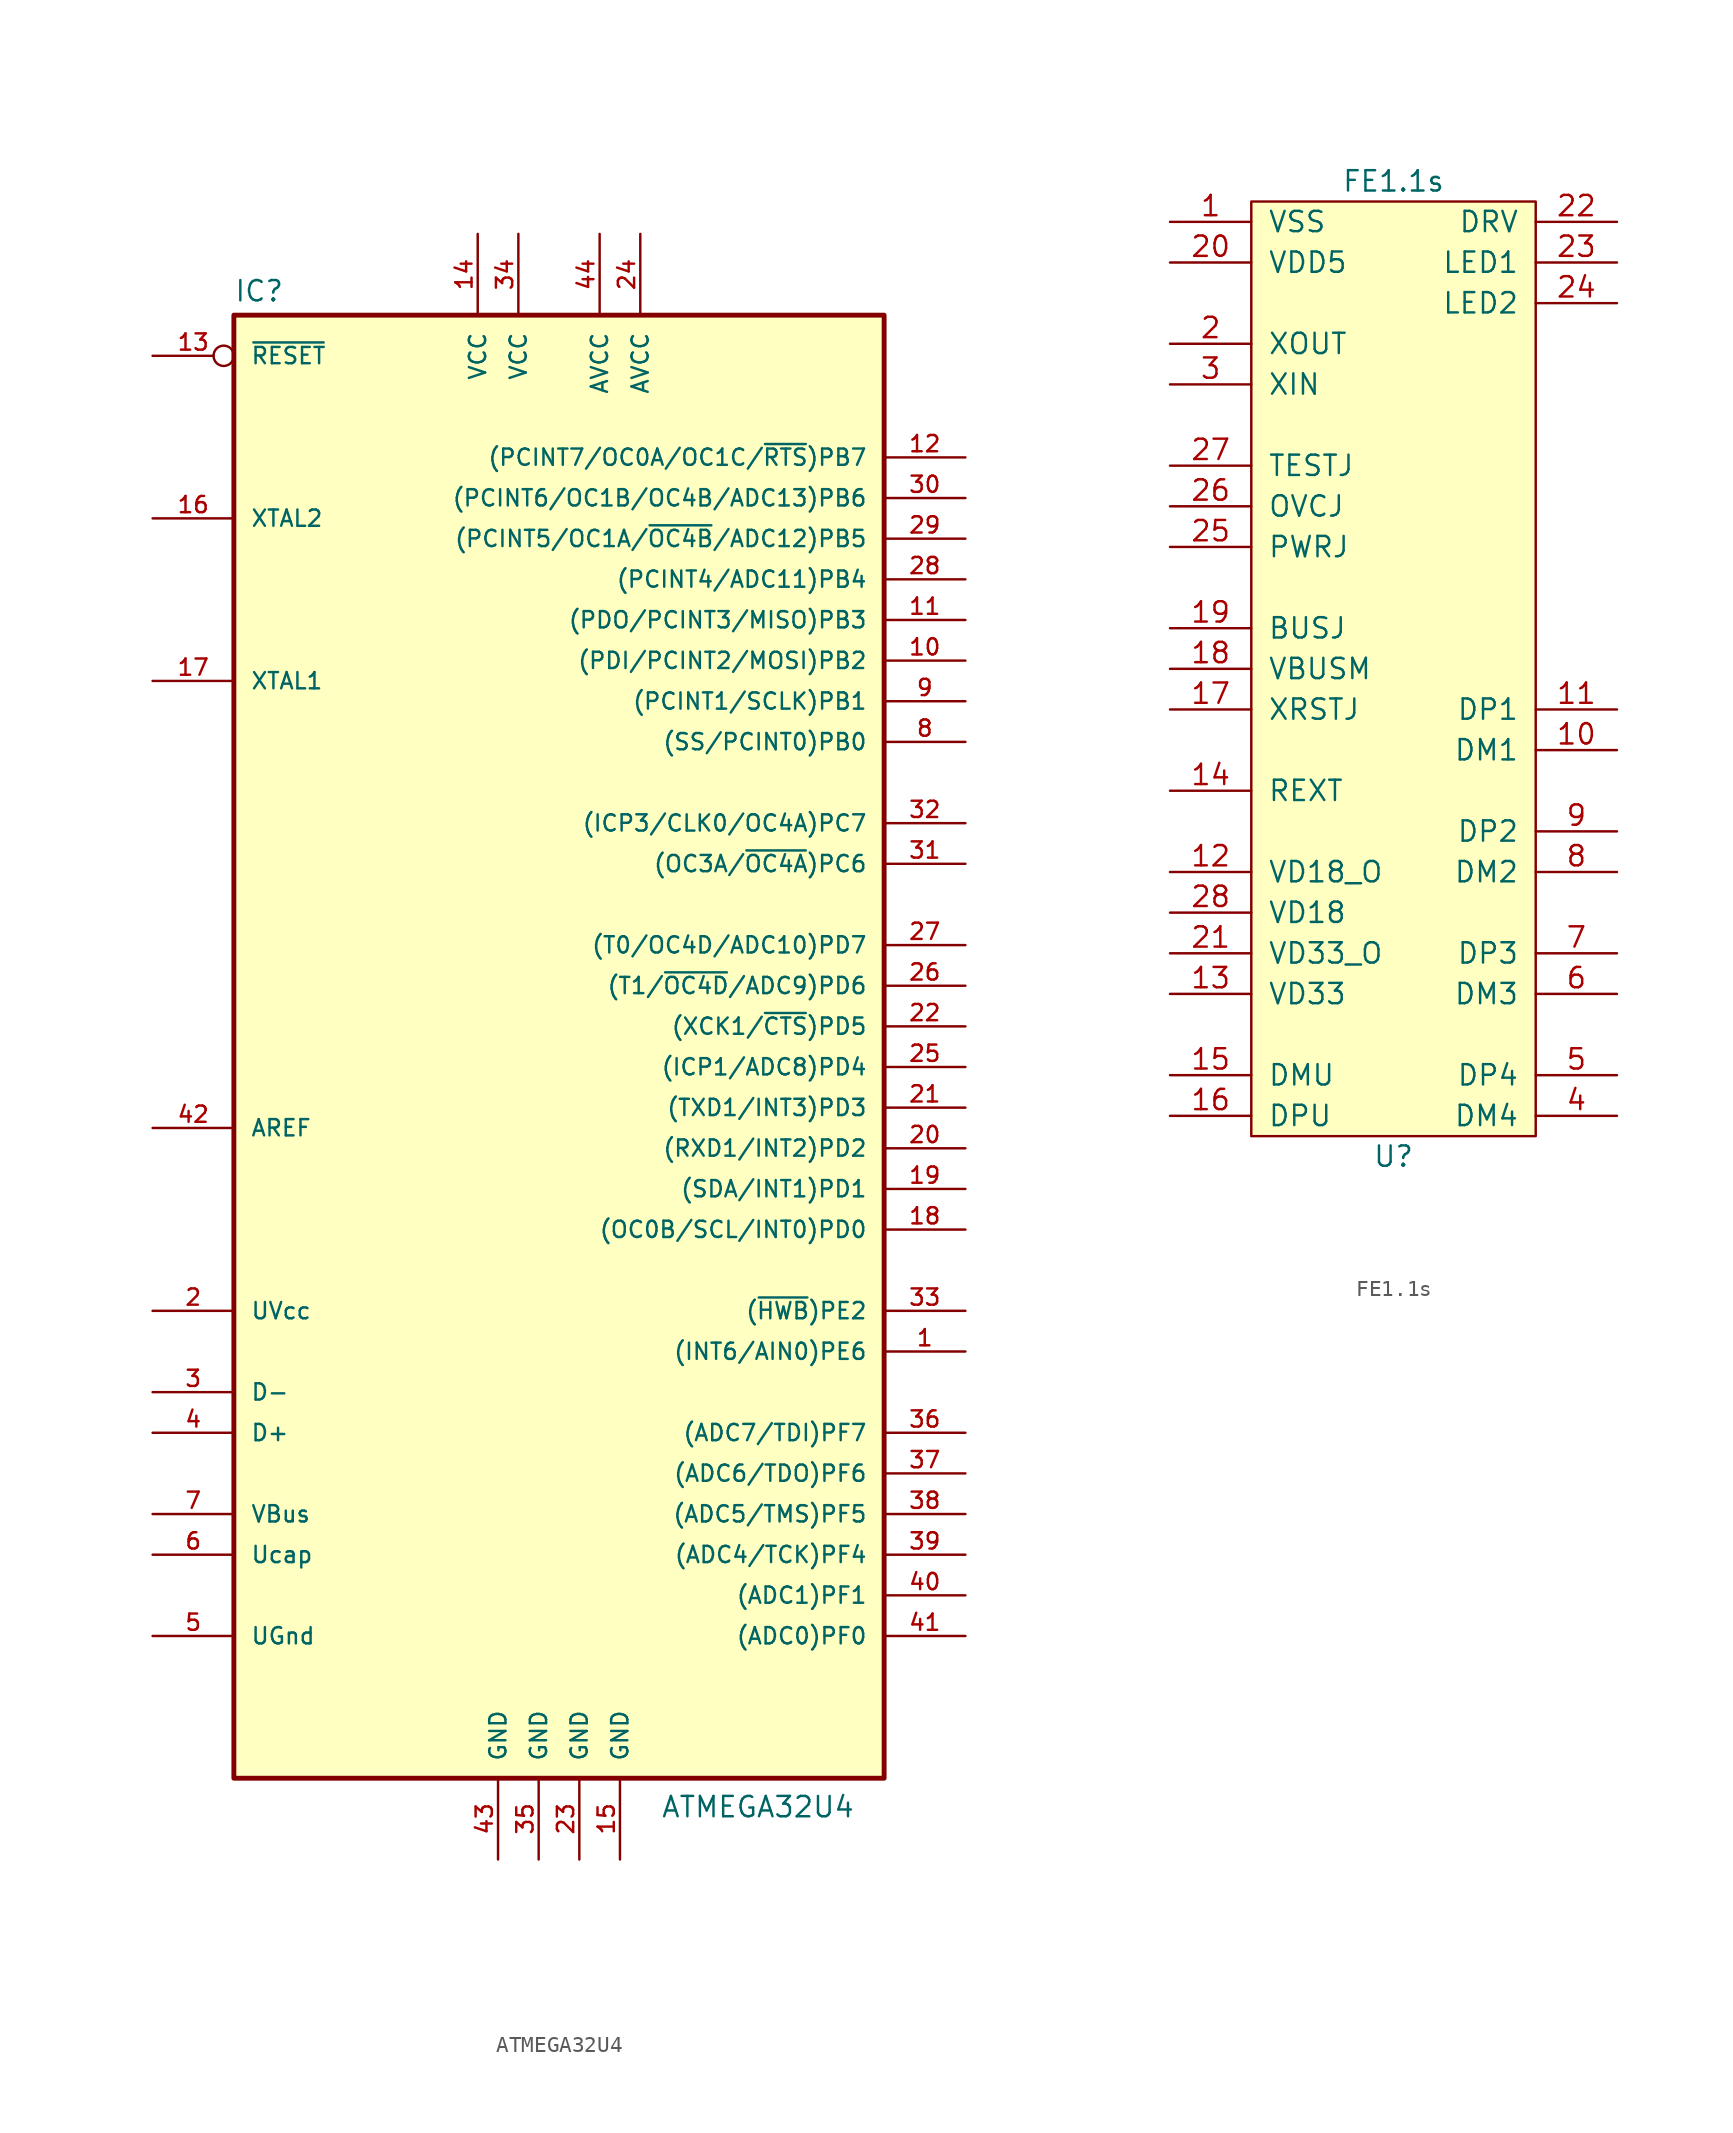
<source format=kicad_sym>
(kicad_symbol_lib
  (version 20220914)
  (generator kicad_symbol_editor)
  (symbol "ATMEGA32U4"
    (pin_names
      (offset 1.016))
    (property "Reference" "IC"
      (at -20.32 46.482 0)
      (effects (font (size 1.27 1.27)) (justify left bottom)))
    (property "Value" "ATMEGA32U4"
      (at 6.35 -48.26 0)
      (effects (font (size 1.27 1.27)) (justify left bottom)))
    (symbol "ATMEGA32U4_0_1"
      (rectangle (start -20.32 45.72) (end 20.32 -45.72) (stroke (width 0.305) (type solid)) (fill (type background))))
    (symbol "ATMEGA32U4_1_1"
      (pin bidirectional line (at 25.4 -19.05 180) (length 5.08) (name "(INT6/AIN0)PE6" (effects (font (size 1.016 1.016)))) (number "1" (effects (font (size 1.016 1.016)))))
      (pin bidirectional line (at 25.4 24.13 180) (length 5.08) (name "(PDI/PCINT2/MOSI)PB2" (effects (font (size 1.016 1.016)))) (number "10" (effects (font (size 1.016 1.016)))))
      (pin bidirectional line (at 25.4 26.67 180) (length 5.08) (name "(PDO/PCINT3/MISO)PB3" (effects (font (size 1.016 1.016)))) (number "11" (effects (font (size 1.016 1.016)))))
      (pin bidirectional line (at 25.4 36.83 180) (length 5.08) (name "(PCINT7/OC0A/OC1C/~{RTS})PB7" (effects (font (size 1.016 1.016)))) (number "12" (effects (font (size 1.016 1.016)))))
      (pin input inverted (at -25.4 43.18 0) (length 5.08) (name "~{RESET}" (effects (font (size 1.016 1.016)))) (number "13" (effects (font (size 1.016 1.016)))))
      (pin power_in line (at -5.08 50.8 270) (length 5.08) (name "VCC" (effects (font (size 1.016 1.016)))) (number "14" (effects (font (size 1.016 1.016)))))
      (pin power_in line (at 3.81 -50.8 90) (length 5.08) (name "GND" (effects (font (size 1.016 1.016)))) (number "15" (effects (font (size 1.016 1.016)))))
      (pin bidirectional line (at -25.4 33.02 0) (length 5.08) (name "XTAL2" (effects (font (size 1.016 1.016)))) (number "16" (effects (font (size 1.016 1.016)))))
      (pin bidirectional line (at -25.4 22.86 0) (length 5.08) (name "XTAL1" (effects (font (size 1.016 1.016)))) (number "17" (effects (font (size 1.016 1.016)))))
      (pin bidirectional line (at 25.4 -11.43 180) (length 5.08) (name "(OC0B/SCL/INT0)PD0" (effects (font (size 1.016 1.016)))) (number "18" (effects (font (size 1.016 1.016)))))
      (pin bidirectional line (at 25.4 -8.89 180) (length 5.08) (name "(SDA/INT1)PD1" (effects (font (size 1.016 1.016)))) (number "19" (effects (font (size 1.016 1.016)))))
      (pin power_in line (at -25.4 -16.51 0) (length 5.08) (name "UVcc" (effects (font (size 1.016 1.016)))) (number "2" (effects (font (size 1.016 1.016)))))
      (pin bidirectional line (at 25.4 -6.35 180) (length 5.08) (name "(RXD1/INT2)PD2" (effects (font (size 1.016 1.016)))) (number "20" (effects (font (size 1.016 1.016)))))
      (pin bidirectional line (at 25.4 -3.81 180) (length 5.08) (name "(TXD1/INT3)PD3" (effects (font (size 1.016 1.016)))) (number "21" (effects (font (size 1.016 1.016)))))
      (pin bidirectional line (at 25.4 1.27 180) (length 5.08) (name "(XCK1/~{CTS})PD5" (effects (font (size 1.016 1.016)))) (number "22" (effects (font (size 1.016 1.016)))))
      (pin power_in line (at 1.27 -50.8 90) (length 5.08) (name "GND" (effects (font (size 1.016 1.016)))) (number "23" (effects (font (size 1.016 1.016)))))
      (pin power_in line (at 5.08 50.8 270) (length 5.08) (name "AVCC" (effects (font (size 1.016 1.016)))) (number "24" (effects (font (size 1.016 1.016)))))
      (pin bidirectional line (at 25.4 -1.27 180) (length 5.08) (name "(ICP1/ADC8)PD4" (effects (font (size 1.016 1.016)))) (number "25" (effects (font (size 1.016 1.016)))))
      (pin bidirectional line (at 25.4 3.81 180) (length 5.08) (name "(T1/~{OC4D}/ADC9)PD6" (effects (font (size 1.016 1.016)))) (number "26" (effects (font (size 1.016 1.016)))))
      (pin bidirectional line (at 25.4 6.35 180) (length 5.08) (name "(T0/OC4D/ADC10)PD7" (effects (font (size 1.016 1.016)))) (number "27" (effects (font (size 1.016 1.016)))))
      (pin bidirectional line (at 25.4 29.21 180) (length 5.08) (name "(PCINT4/ADC11)PB4" (effects (font (size 1.016 1.016)))) (number "28" (effects (font (size 1.016 1.016)))))
      (pin bidirectional line (at 25.4 31.75 180) (length 5.08) (name "(PCINT5/OC1A/~{OC4B}/ADC12)PB5" (effects (font (size 1.016 1.016)))) (number "29" (effects (font (size 1.016 1.016)))))
      (pin bidirectional line (at -25.4 -21.59 0) (length 5.08) (name "D-" (effects (font (size 1.016 1.016)))) (number "3" (effects (font (size 1.016 1.016)))))
      (pin bidirectional line (at 25.4 34.29 180) (length 5.08) (name "(PCINT6/OC1B/OC4B/ADC13)PB6" (effects (font (size 1.016 1.016)))) (number "30" (effects (font (size 1.016 1.016)))))
      (pin bidirectional line (at 25.4 11.43 180) (length 5.08) (name "(OC3A/~{OC4A})PC6" (effects (font (size 1.016 1.016)))) (number "31" (effects (font (size 1.016 1.016)))))
      (pin bidirectional line (at 25.4 13.97 180) (length 5.08) (name "(ICP3/CLK0/OC4A)PC7" (effects (font (size 1.016 1.016)))) (number "32" (effects (font (size 1.016 1.016)))))
      (pin bidirectional line (at 25.4 -16.51 180) (length 5.08) (name "(~{HWB})PE2" (effects (font (size 1.016 1.016)))) (number "33" (effects (font (size 1.016 1.016)))))
      (pin power_in line (at -2.54 50.8 270) (length 5.08) (name "VCC" (effects (font (size 1.016 1.016)))) (number "34" (effects (font (size 1.016 1.016)))))
      (pin power_in line (at -1.27 -50.8 90) (length 5.08) (name "GND" (effects (font (size 1.016 1.016)))) (number "35" (effects (font (size 1.016 1.016)))))
      (pin bidirectional line (at 25.4 -24.13 180) (length 5.08) (name "(ADC7/TDI)PF7" (effects (font (size 1.016 1.016)))) (number "36" (effects (font (size 1.016 1.016)))))
      (pin bidirectional line (at 25.4 -26.67 180) (length 5.08) (name "(ADC6/TDO)PF6" (effects (font (size 1.016 1.016)))) (number "37" (effects (font (size 1.016 1.016)))))
      (pin bidirectional line (at 25.4 -29.21 180) (length 5.08) (name "(ADC5/TMS)PF5" (effects (font (size 1.016 1.016)))) (number "38" (effects (font (size 1.016 1.016)))))
      (pin bidirectional line (at 25.4 -31.75 180) (length 5.08) (name "(ADC4/TCK)PF4" (effects (font (size 1.016 1.016)))) (number "39" (effects (font (size 1.016 1.016)))))
      (pin bidirectional line (at -25.4 -24.13 0) (length 5.08) (name "D+" (effects (font (size 1.016 1.016)))) (number "4" (effects (font (size 1.016 1.016)))))
      (pin bidirectional line (at 25.4 -34.29 180) (length 5.08) (name "(ADC1)PF1" (effects (font (size 1.016 1.016)))) (number "40" (effects (font (size 1.016 1.016)))))
      (pin bidirectional line (at 25.4 -36.83 180) (length 5.08) (name "(ADC0)PF0" (effects (font (size 1.016 1.016)))) (number "41" (effects (font (size 1.016 1.016)))))
      (pin input line (at -25.4 -5.08 0) (length 5.08) (name "AREF" (effects (font (size 1.016 1.016)))) (number "42" (effects (font (size 1.016 1.016)))))
      (pin power_in line (at -3.81 -50.8 90) (length 5.08) (name "GND" (effects (font (size 1.016 1.016)))) (number "43" (effects (font (size 1.016 1.016)))))
      (pin power_in line (at 2.54 50.8 270) (length 5.08) (name "AVCC" (effects (font (size 1.016 1.016)))) (number "44" (effects (font (size 1.016 1.016)))))
      (pin power_in line (at -25.4 -36.83 0) (length 5.08) (name "UGnd" (effects (font (size 1.016 1.016)))) (number "5" (effects (font (size 1.016 1.016)))))
      (pin input line (at -25.4 -31.75 0) (length 5.08) (name "Ucap" (effects (font (size 1.016 1.016)))) (number "6" (effects (font (size 1.016 1.016)))))
      (pin input line (at -25.4 -29.21 0) (length 5.08) (name "VBus" (effects (font (size 1.016 1.016)))) (number "7" (effects (font (size 1.016 1.016)))))
      (pin bidirectional line (at 25.4 19.05 180) (length 5.08) (name "(SS/PCINT0)PB0" (effects (font (size 1.016 1.016)))) (number "8" (effects (font (size 1.016 1.016)))))
      (pin bidirectional line (at 25.4 21.59 180) (length 5.08) (name "(PCINT1/SCLK)PB1" (effects (font (size 1.016 1.016)))) (number "9" (effects (font (size 1.016 1.016)))))))
  (symbol "FE1.1s"
    (pin_names
      (offset 1.016))
    (property "Reference" "U"
      (at 0 -29.21 0)
      (effects (font (size 1.27 1.27))))
    (property "Value" "FE1.1s"
      (at 0 31.75 0)
      (effects (font (size 1.27 1.27))))
    (symbol "FE1.1s_0_1"
      (rectangle (start -8.89 30.48) (end 8.89 -27.94) (stroke (width 0) (type solid)) (fill (type background))))
    (symbol "FE1.1s_1_1"
      (pin input line (at -13.97 29.21 0) (length 5.08) (name "VSS" (effects (font (size 1.27 1.27)))) (number "1" (effects (font (size 1.27 1.27)))))
      (pin input line (at 13.97 -3.81 180) (length 5.08) (name "DM1" (effects (font (size 1.27 1.27)))) (number "10" (effects (font (size 1.27 1.27)))))
      (pin input line (at 13.97 -1.27 180) (length 5.08) (name "DP1" (effects (font (size 1.27 1.27)))) (number "11" (effects (font (size 1.27 1.27)))))
      (pin input line (at -13.97 -11.43 0) (length 5.08) (name "VD18_O" (effects (font (size 1.27 1.27)))) (number "12" (effects (font (size 1.27 1.27)))))
      (pin input line (at -13.97 -19.05 0) (length 5.08) (name "VD33" (effects (font (size 1.27 1.27)))) (number "13" (effects (font (size 1.27 1.27)))))
      (pin input line (at -13.97 -6.35 0) (length 5.08) (name "REXT" (effects (font (size 1.27 1.27)))) (number "14" (effects (font (size 1.27 1.27)))))
      (pin input line (at -13.97 -24.13 0) (length 5.08) (name "DMU" (effects (font (size 1.27 1.27)))) (number "15" (effects (font (size 1.27 1.27)))))
      (pin input line (at -13.97 -26.67 0) (length 5.08) (name "DPU" (effects (font (size 1.27 1.27)))) (number "16" (effects (font (size 1.27 1.27)))))
      (pin input line (at -13.97 -1.27 0) (length 5.08) (name "XRSTJ" (effects (font (size 1.27 1.27)))) (number "17" (effects (font (size 1.27 1.27)))))
      (pin input line (at -13.97 1.27 0) (length 5.08) (name "VBUSM" (effects (font (size 1.27 1.27)))) (number "18" (effects (font (size 1.27 1.27)))))
      (pin input line (at -13.97 3.81 0) (length 5.08) (name "BUSJ" (effects (font (size 1.27 1.27)))) (number "19" (effects (font (size 1.27 1.27)))))
      (pin input line (at -13.97 21.59 0) (length 5.08) (name "XOUT" (effects (font (size 1.27 1.27)))) (number "2" (effects (font (size 1.27 1.27)))))
      (pin input line (at -13.97 26.67 0) (length 5.08) (name "VDD5" (effects (font (size 1.27 1.27)))) (number "20" (effects (font (size 1.27 1.27)))))
      (pin input line (at -13.97 -16.51 0) (length 5.08) (name "VD33_O" (effects (font (size 1.27 1.27)))) (number "21" (effects (font (size 1.27 1.27)))))
      (pin input line (at 13.97 29.21 180) (length 5.08) (name "DRV" (effects (font (size 1.27 1.27)))) (number "22" (effects (font (size 1.27 1.27)))))
      (pin input line (at 13.97 26.67 180) (length 5.08) (name "LED1" (effects (font (size 1.27 1.27)))) (number "23" (effects (font (size 1.27 1.27)))))
      (pin input line (at 13.97 24.13 180) (length 5.08) (name "LED2" (effects (font (size 1.27 1.27)))) (number "24" (effects (font (size 1.27 1.27)))))
      (pin input line (at -13.97 8.89 0) (length 5.08) (name "PWRJ" (effects (font (size 1.27 1.27)))) (number "25" (effects (font (size 1.27 1.27)))))
      (pin input line (at -13.97 11.43 0) (length 5.08) (name "OVCJ" (effects (font (size 1.27 1.27)))) (number "26" (effects (font (size 1.27 1.27)))))
      (pin input line (at -13.97 13.97 0) (length 5.08) (name "TESTJ" (effects (font (size 1.27 1.27)))) (number "27" (effects (font (size 1.27 1.27)))))
      (pin input line (at -13.97 -13.97 0) (length 5.08) (name "VD18" (effects (font (size 1.27 1.27)))) (number "28" (effects (font (size 1.27 1.27)))))
      (pin input line (at -13.97 19.05 0) (length 5.08) (name "XIN" (effects (font (size 1.27 1.27)))) (number "3" (effects (font (size 1.27 1.27)))))
      (pin input line (at 13.97 -26.67 180) (length 5.08) (name "DM4" (effects (font (size 1.27 1.27)))) (number "4" (effects (font (size 1.27 1.27)))))
      (pin input line (at 13.97 -24.13 180) (length 5.08) (name "DP4" (effects (font (size 1.27 1.27)))) (number "5" (effects (font (size 1.27 1.27)))))
      (pin input line (at 13.97 -19.05 180) (length 5.08) (name "DM3" (effects (font (size 1.27 1.27)))) (number "6" (effects (font (size 1.27 1.27)))))
      (pin input line (at 13.97 -16.51 180) (length 5.08) (name "DP3" (effects (font (size 1.27 1.27)))) (number "7" (effects (font (size 1.27 1.27)))))
      (pin input line (at 13.97 -11.43 180) (length 5.08) (name "DM2" (effects (font (size 1.27 1.27)))) (number "8" (effects (font (size 1.27 1.27)))))
      (pin input line (at 13.97 -8.89 180) (length 5.08) (name "DP2" (effects (font (size 1.27 1.27)))) (number "9" (effects (font (size 1.27 1.27))))))))
</source>
